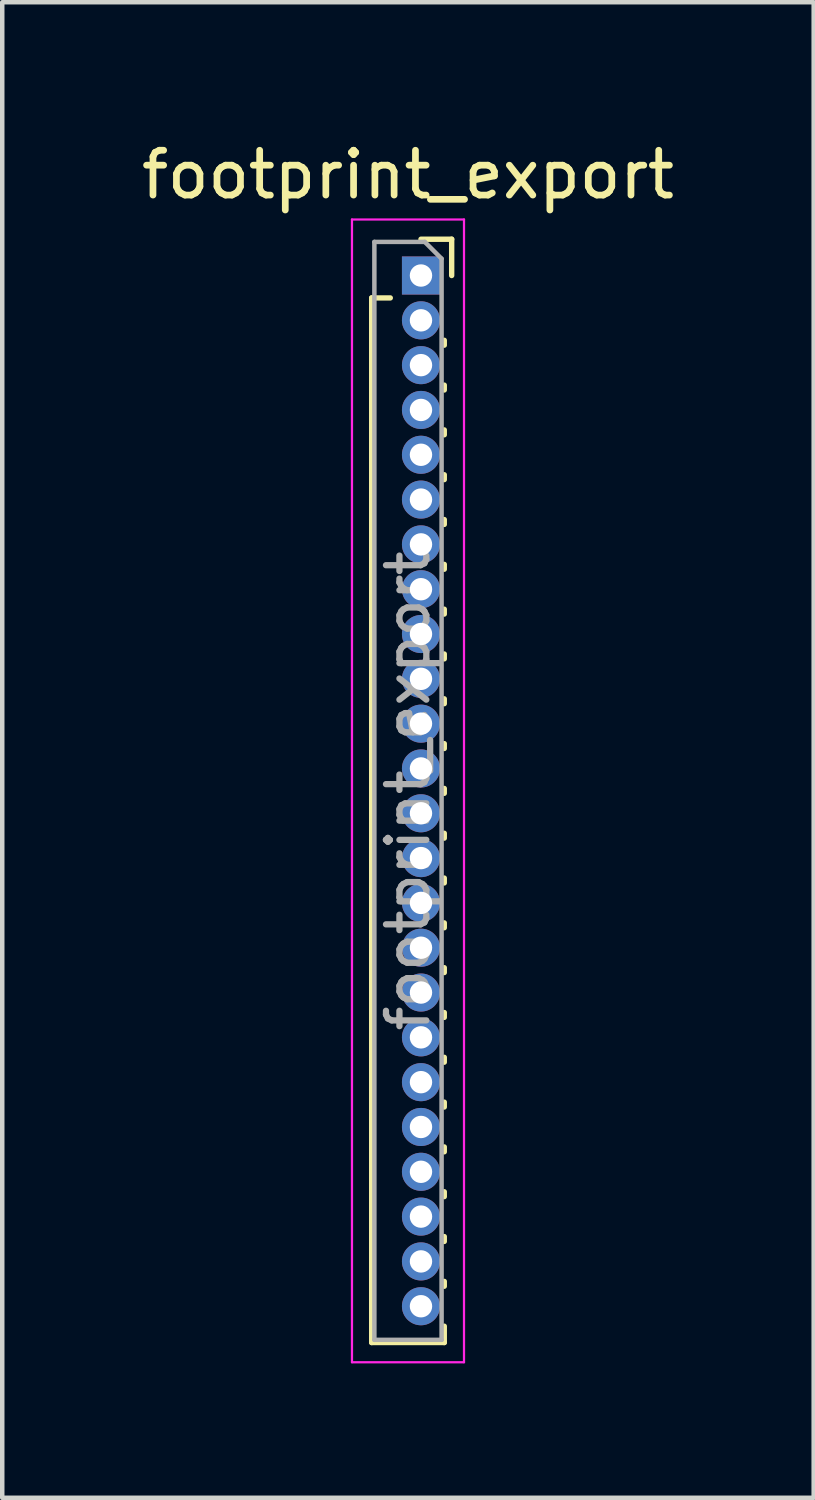
<source format=kicad_pcb>
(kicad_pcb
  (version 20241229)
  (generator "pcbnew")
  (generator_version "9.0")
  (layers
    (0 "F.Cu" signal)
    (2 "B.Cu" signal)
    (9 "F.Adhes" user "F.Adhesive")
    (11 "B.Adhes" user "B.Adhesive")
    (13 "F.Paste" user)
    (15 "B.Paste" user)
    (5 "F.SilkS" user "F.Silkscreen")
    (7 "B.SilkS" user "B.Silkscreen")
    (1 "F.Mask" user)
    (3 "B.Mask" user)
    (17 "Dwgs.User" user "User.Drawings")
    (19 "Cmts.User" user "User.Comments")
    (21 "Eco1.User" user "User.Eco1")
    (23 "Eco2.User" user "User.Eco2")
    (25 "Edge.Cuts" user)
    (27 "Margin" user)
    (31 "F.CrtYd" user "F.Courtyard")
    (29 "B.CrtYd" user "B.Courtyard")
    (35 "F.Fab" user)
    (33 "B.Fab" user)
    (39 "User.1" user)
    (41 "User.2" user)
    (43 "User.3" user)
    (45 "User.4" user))
  (footprint "footprint_export"
    (layer "F.Cu")
    (at 6.344 3.098)
    (property "Reference" "footprint_export" (at -0.29 -2.25 0) (layer "F.SilkS") (effects (font (size 1 1) (thickness 0.15))))
    (attr through_hole)
    (fp_line (start -1.1 0.5) (end -1.1 23.81) (stroke (width 0.12) (type solid)) (layer "F.SilkS"))
    (fp_line (start -1.1 0.5) (end -0.685 0.5) (stroke (width 0.12) (type solid)) (layer "F.SilkS"))
    (fp_line (start -1.1 23.81) (end 0.52 23.81) (stroke (width 0.12) (type solid)) (layer "F.SilkS"))
    (fp_line (start 0 -0.81) (end 0.685 -0.81) (stroke (width 0.12) (type solid)) (layer "F.SilkS"))
    (fp_line (start 0.52 1.446) (end 0.52 1.554) (stroke (width 0.12) (type solid)) (layer "F.SilkS"))
    (fp_line (start 0.52 2.446) (end 0.52 2.554) (stroke (width 0.12) (type solid)) (layer "F.SilkS"))
    (fp_line (start 0.52 3.446) (end 0.52 3.554) (stroke (width 0.12) (type solid)) (layer "F.SilkS"))
    (fp_line (start 0.52 4.446) (end 0.52 4.554) (stroke (width 0.12) (type solid)) (layer "F.SilkS"))
    (fp_line (start 0.52 5.446) (end 0.52 5.554) (stroke (width 0.12) (type solid)) (layer "F.SilkS"))
    (fp_line (start 0.52 6.446) (end 0.52 6.554) (stroke (width 0.12) (type solid)) (layer "F.SilkS"))
    (fp_line (start 0.52 7.446) (end 0.52 7.554) (stroke (width 0.12) (type solid)) (layer "F.SilkS"))
    (fp_line (start 0.52 8.446) (end 0.52 8.554) (stroke (width 0.12) (type solid)) (layer "F.SilkS"))
    (fp_line (start 0.52 9.446) (end 0.52 9.554) (stroke (width 0.12) (type solid)) (layer "F.SilkS"))
    (fp_line (start 0.52 10.446) (end 0.52 10.554) (stroke (width 0.12) (type solid)) (layer "F.SilkS"))
    (fp_line (start 0.52 11.446) (end 0.52 11.554) (stroke (width 0.12) (type solid)) (layer "F.SilkS"))
    (fp_line (start 0.52 12.446) (end 0.52 12.554) (stroke (width 0.12) (type solid)) (layer "F.SilkS"))
    (fp_line (start 0.52 13.446) (end 0.52 13.554) (stroke (width 0.12) (type solid)) (layer "F.SilkS"))
    (fp_line (start 0.52 14.446) (end 0.52 14.554) (stroke (width 0.12) (type solid)) (layer "F.SilkS"))
    (fp_line (start 0.52 15.446) (end 0.52 15.554) (stroke (width 0.12) (type solid)) (layer "F.SilkS"))
    (fp_line (start 0.52 16.446) (end 0.52 16.554) (stroke (width 0.12) (type solid)) (layer "F.SilkS"))
    (fp_line (start 0.52 17.446) (end 0.52 17.554) (stroke (width 0.12) (type solid)) (layer "F.SilkS"))
    (fp_line (start 0.52 18.446) (end 0.52 18.554) (stroke (width 0.12) (type solid)) (layer "F.SilkS"))
    (fp_line (start 0.52 19.446) (end 0.52 19.554) (stroke (width 0.12) (type solid)) (layer "F.SilkS"))
    (fp_line (start 0.52 20.446) (end 0.52 20.554) (stroke (width 0.12) (type solid)) (layer "F.SilkS"))
    (fp_line (start 0.52 21.446) (end 0.52 21.554) (stroke (width 0.12) (type solid)) (layer "F.SilkS"))
    (fp_line (start 0.52 22.446) (end 0.52 22.554) (stroke (width 0.12) (type solid)) (layer "F.SilkS"))
    (fp_line (start 0.52 23.446) (end 0.52 23.81) (stroke (width 0.12) (type solid)) (layer "F.SilkS"))
    (fp_line (start 0.685 -0.81) (end 0.685 0) (stroke (width 0.12) (type solid)) (layer "F.SilkS"))
    (fp_line (start -1.54 -1.25) (end 0.96 -1.25) (stroke (width 0.05) (type solid)) (layer "F.CrtYd"))
    (fp_line (start -1.54 24.25) (end -1.54 -1.25) (stroke (width 0.05) (type solid)) (layer "F.CrtYd"))
    (fp_line (start 0.96 -1.25) (end 0.96 24.25) (stroke (width 0.05) (type solid)) (layer "F.CrtYd"))
    (fp_line (start 0.96 24.25) (end -1.54 24.25) (stroke (width 0.05) (type solid)) (layer "F.CrtYd"))
    (fp_line (start -1.04 -0.75) (end 0.085 -0.75) (stroke (width 0.1) (type solid)) (layer "F.Fab"))
    (fp_line (start -1.04 23.75) (end -1.04 -0.75) (stroke (width 0.1) (type solid)) (layer "F.Fab"))
    (fp_line (start 0.085 -0.75) (end 0.46 -0.375) (stroke (width 0.1) (type solid)) (layer "F.Fab"))
    (fp_line (start 0.46 -0.375) (end 0.46 23.75) (stroke (width 0.1) (type solid)) (layer "F.Fab"))
    (fp_line (start 0.46 23.75) (end -1.04 23.75) (stroke (width 0.1) (type solid)) (layer "F.Fab"))
    (fp_text user "${REFERENCE}" (at -0.29 11.5 90) (layer "F.Fab") (effects (font (size 0.9 0.9) (thickness 0.14))))
    (pad "1" thru_hole rect (at 0 0) (size 0.85 0.85) (drill 0.5) (layers "*.Cu" "*.Mask"))
    (pad "2" thru_hole oval (at 0 1) (size 0.85 0.85) (drill 0.5) (layers "*.Cu" "*.Mask"))
    (pad "3" thru_hole oval (at 0 2) (size 0.85 0.85) (drill 0.5) (layers "*.Cu" "*.Mask"))
    (pad "4" thru_hole oval (at 0 3) (size 0.85 0.85) (drill 0.5) (layers "*.Cu" "*.Mask"))
    (pad "5" thru_hole oval (at 0 4) (size 0.85 0.85) (drill 0.5) (layers "*.Cu" "*.Mask"))
    (pad "6" thru_hole oval (at 0 5) (size 0.85 0.85) (drill 0.5) (layers "*.Cu" "*.Mask"))
    (pad "7" thru_hole oval (at 0 6) (size 0.85 0.85) (drill 0.5) (layers "*.Cu" "*.Mask"))
    (pad "8" thru_hole oval (at 0 7) (size 0.85 0.85) (drill 0.5) (layers "*.Cu" "*.Mask"))
    (pad "9" thru_hole oval (at 0 8) (size 0.85 0.85) (drill 0.5) (layers "*.Cu" "*.Mask"))
    (pad "10" thru_hole oval (at 0 9) (size 0.85 0.85) (drill 0.5) (layers "*.Cu" "*.Mask"))
    (pad "11" thru_hole oval (at 0 10) (size 0.85 0.85) (drill 0.5) (layers "*.Cu" "*.Mask"))
    (pad "12" thru_hole oval (at 0 11) (size 0.85 0.85) (drill 0.5) (layers "*.Cu" "*.Mask"))
    (pad "13" thru_hole oval (at 0 12) (size 0.85 0.85) (drill 0.5) (layers "*.Cu" "*.Mask"))
    (pad "14" thru_hole oval (at 0 13) (size 0.85 0.85) (drill 0.5) (layers "*.Cu" "*.Mask"))
    (pad "15" thru_hole oval (at 0 14) (size 0.85 0.85) (drill 0.5) (layers "*.Cu" "*.Mask"))
    (pad "16" thru_hole oval (at 0 15) (size 0.85 0.85) (drill 0.5) (layers "*.Cu" "*.Mask"))
    (pad "17" thru_hole oval (at 0 16) (size 0.85 0.85) (drill 0.5) (layers "*.Cu" "*.Mask"))
    (pad "18" thru_hole oval (at 0 17) (size 0.85 0.85) (drill 0.5) (layers "*.Cu" "*.Mask"))
    (pad "19" thru_hole oval (at 0 18) (size 0.85 0.85) (drill 0.5) (layers "*.Cu" "*.Mask"))
    (pad "20" thru_hole oval (at 0 19) (size 0.85 0.85) (drill 0.5) (layers "*.Cu" "*.Mask"))
    (pad "21" thru_hole oval (at 0 20) (size 0.85 0.85) (drill 0.5) (layers "*.Cu" "*.Mask"))
    (pad "22" thru_hole oval (at 0 21) (size 0.85 0.85) (drill 0.5) (layers "*.Cu" "*.Mask"))
    (pad "23" thru_hole oval (at 0 22) (size 0.85 0.85) (drill 0.5) (layers "*.Cu" "*.Mask"))
    (pad "24" thru_hole oval (at 0 23) (size 0.85 0.85) (drill 0.5) (layers "*.Cu" "*.Mask")))
  (gr_rect
    (start -3 -3)
    (end 15.107 30.373)
    (stroke (width 0.1) (type default))
    (fill no)
    (layer "Edge.Cuts")))
</source>
